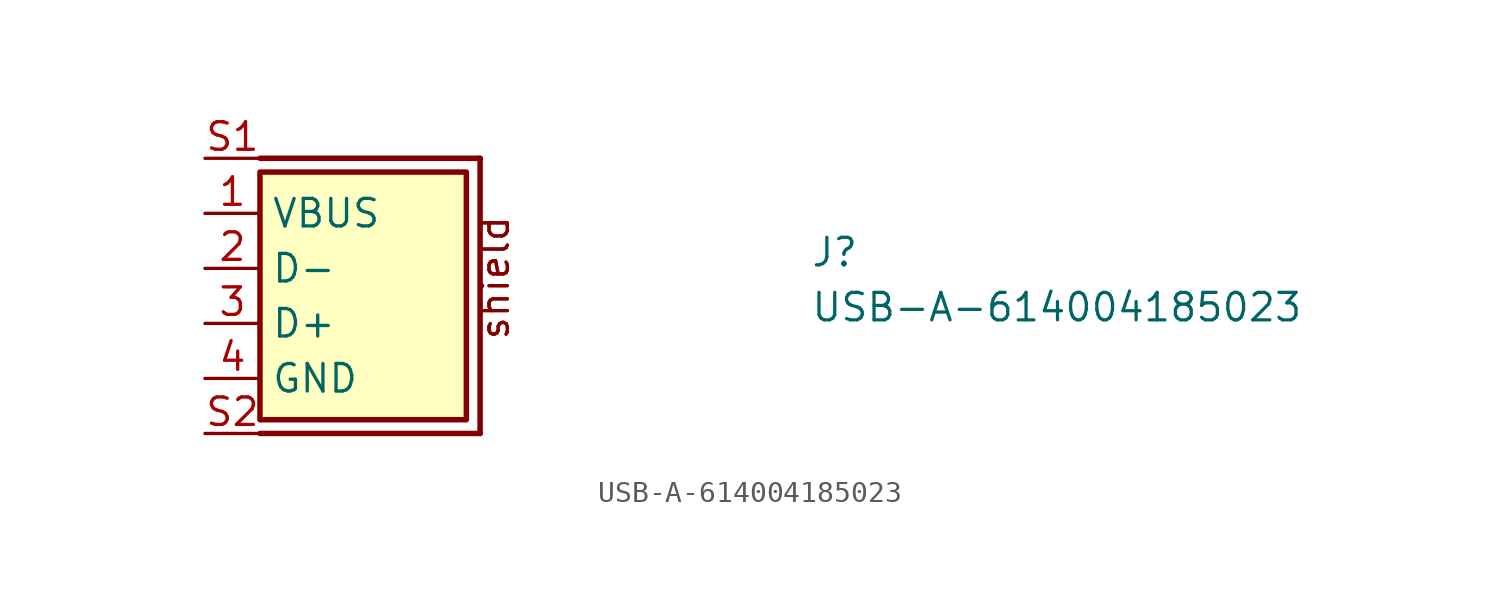
<source format=kicad_sym>
(kicad_symbol_lib
  (version 20211014)
  (generator kicad_symbol_editor)
  (symbol "USB-A-614004185023"
    (property "Reference" "J"
      (at 27.94 -2.54 0)
      (effects (font (size 1.27 1.27) (thickness 0.15)) (justify left bottom)))
    (property "Value" "USB-A-614004185023"
      (at 27.94 -5.08 0)
      (effects (font (size 1.27 1.27) (thickness 0.15)) (justify left bottom)))
    (symbol "USB-A-614004185023_1_1"
      (polyline (pts (xy 2.54 2.54) (xy 12.7 2.54)) (stroke (width 0.254) (type default) (color 0 0 0 0)) (fill (type background)))
      (polyline (pts (xy 12.7 -10.16) (xy 2.54 -10.16)) (stroke (width 0.254) (type default) (color 0 0 0 0)) (fill (type background)))
      (polyline (pts (xy 12.7 2.54) (xy 12.7 -10.16)) (stroke (width 0.254) (type default) (color 0 0 0 0)) (fill (type background)))
      (rectangle (start 2.54 1.905) (end 12.065 -9.525) (stroke (width 0.254) (type default) (color 0 0 0 0)) (fill (type background)))
      (text "shield" (at 14.122 -5.918 900) (effects (font (size 1.27 1.27) (thickness 0.15)) (justify left bottom)))
      (text "shield" (at 14.122 -5.918 900) (effects (font (size 1.27 1.27) (thickness 0.15)) (justify left bottom)))
      (pin bidirectional line (at 0 0 0) (length 2.54) (name "VBUS" (effects (font (size 1.27 1.27)))) (number "1" (effects (font (size 1.27 1.27)))))
      (pin bidirectional line (at 0 -2.54 0) (length 2.54) (name "D-" (effects (font (size 1.27 1.27)))) (number "2" (effects (font (size 1.27 1.27)))))
      (pin bidirectional line (at 0 -5.08 0) (length 2.54) (name "D+" (effects (font (size 1.27 1.27)))) (number "3" (effects (font (size 1.27 1.27)))))
      (pin bidirectional line (at 0 -7.62 0) (length 2.54) (name "GND" (effects (font (size 1.27 1.27)))) (number "4" (effects (font (size 1.27 1.27)))))
      (pin bidirectional line (at 0 2.54 0) (length 2.54) (name "~" (effects (font (size 1.27 1.27)))) (number "S1" (effects (font (size 1.27 1.27)))))
      (pin bidirectional line (at 0 -10.16 0) (length 2.54) (name "~" (effects (font (size 1.27 1.27)))) (number "S2" (effects (font (size 1.27 1.27))))))))
</source>
